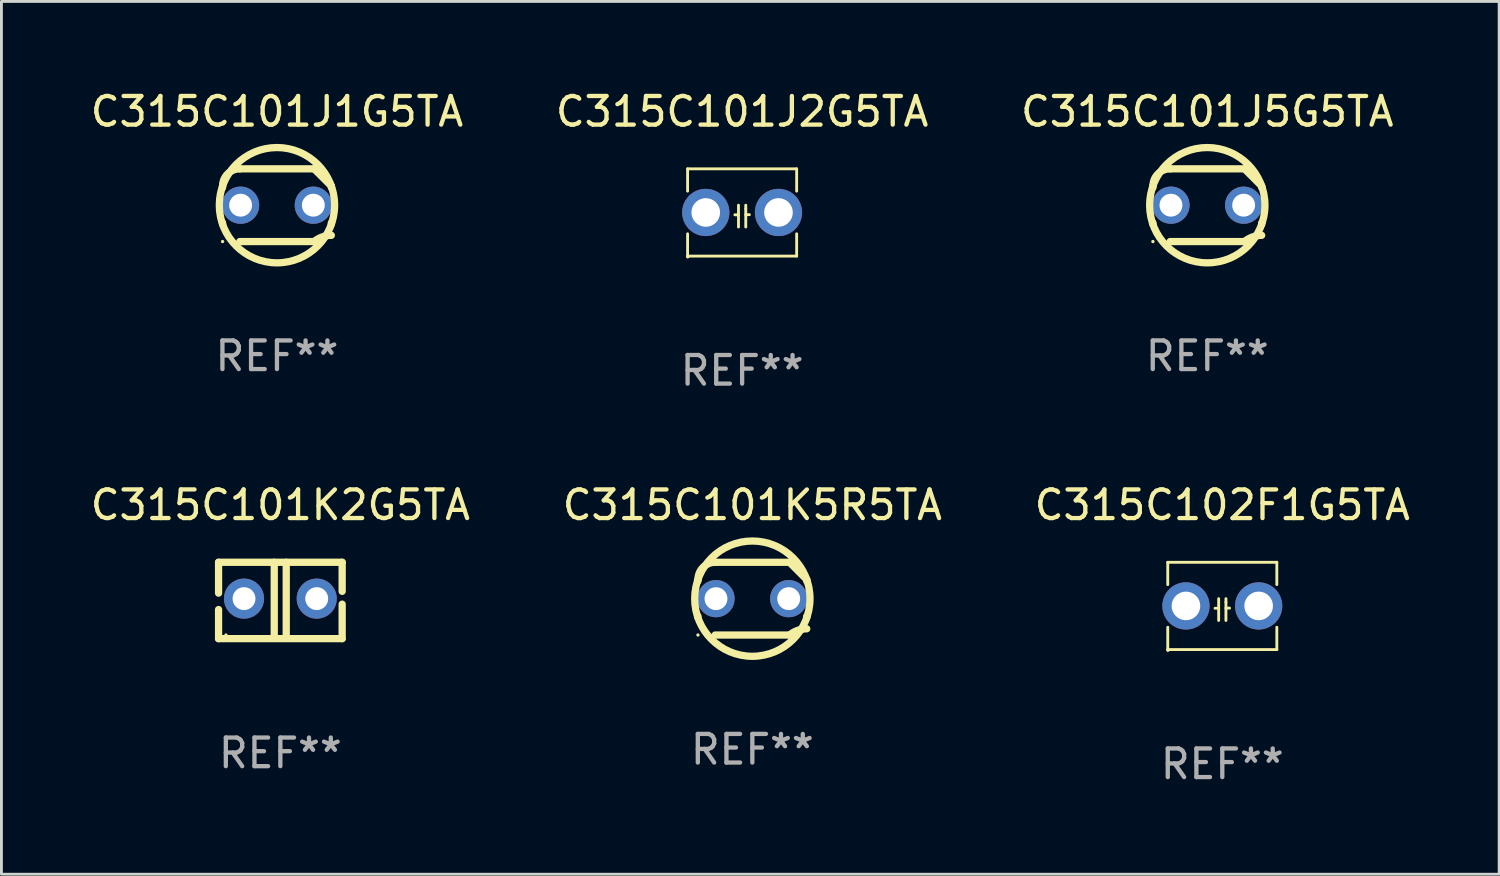
<source format=kicad_pcb>
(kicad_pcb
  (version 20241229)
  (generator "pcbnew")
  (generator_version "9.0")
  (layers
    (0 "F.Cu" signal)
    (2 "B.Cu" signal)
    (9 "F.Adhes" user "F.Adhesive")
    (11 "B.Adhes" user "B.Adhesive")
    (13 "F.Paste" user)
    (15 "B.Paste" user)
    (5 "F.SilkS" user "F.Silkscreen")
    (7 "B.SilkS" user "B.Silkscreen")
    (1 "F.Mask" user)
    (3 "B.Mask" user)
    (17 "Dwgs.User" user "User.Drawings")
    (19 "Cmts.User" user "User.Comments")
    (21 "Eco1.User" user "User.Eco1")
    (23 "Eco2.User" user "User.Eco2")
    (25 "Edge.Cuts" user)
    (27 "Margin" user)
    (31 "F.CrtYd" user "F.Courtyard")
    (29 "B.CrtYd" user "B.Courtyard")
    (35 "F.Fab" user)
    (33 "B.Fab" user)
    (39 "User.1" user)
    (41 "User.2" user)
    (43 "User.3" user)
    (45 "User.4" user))
  (footprint "C315C101J5G5TA"
    (layer "F.Cu")
    (at 39.125 4.118)
    (property "Reference" "C315C101J5G5TA" (at 0 -3.27 0) (layer "F.SilkS") (effects (font (size 1 1) (thickness 0.15))))
    (attr through_hole)
    (fp_line (start -1.9 -0.615) (end -1.9 -0.668) (stroke (width 0.254) (type solid)) (layer "F.SilkS"))
    (fp_line (start -1.9 0.668) (end -1.9 0.615) (stroke (width 0.254) (type solid)) (layer "F.SilkS"))
    (fp_line (start -1.298 1.27) (end 1.298 1.27) (stroke (width 0.254) (type solid)) (layer "F.SilkS"))
    (fp_line (start -1.298 -1.27) (end 1.298 -1.27) (stroke (width 0.254) (type solid)) (layer "F.SilkS"))
    (fp_line (start 1.9 -0.668) (end 1.9 -0.615) (stroke (width 0.254) (type solid)) (layer "F.SilkS"))
    (fp_line (start 1.9 0.615) (end 1.9 0.668) (stroke (width 0.254) (type solid)) (layer "F.SilkS"))
    (fp_arc (start -1.900025 0.667602) (mid 1.900003 -0.66758) (end -1.900025 0.667602) (stroke (width 0.254001) (type solid)) (layer "F.SilkS"))
    (fp_arc (start -1.9 -0.667602) (mid -1.723557 -1.093572) (end -1.297587 -1.270015) (stroke (width 0.254001) (type solid)) (layer "F.SilkS"))
    (fp_arc (start 1.297587 1.26999) (mid 1.579878 1.109027) (end 1.9 1.053172) (stroke (width 0.254001) (type solid)) (layer "F.SilkS"))
    (fp_arc (start 1.297611 -1.270042) (mid 1.598991 -0.969008) (end 1.900025 -0.667628) (stroke (width 0.254001) (type solid)) (layer "F.SilkS"))
    (fp_circle (center -1.9 1.27) (end -1.87 1.27) (stroke (width 0.06) (type solid)) (fill no) (layer "F.SilkS"))
    (fp_text user "REF**" (at 0 5.27 0) (layer "F.Fab") (effects (font (size 1 1) (thickness 0.15))))
    (pad "1" thru_hole circle (at -1.27 -0.000013) (size 1.3 1.3) (drill 0.8) (layers "*.Cu" "*.Mask"))
    (pad "2" thru_hole circle (at 1.27 -0.000013) (size 1.3 1.3) (drill 0.8) (layers "*.Cu" "*.Mask")))
  (footprint "C315C102F1G5TA"
    (layer "F.Cu")
    (at 39.649 18.117)
    (property "Reference" "C315C102F1G5TA" (at 0 -3.524 0) (layer "F.SilkS") (effects (font (size 1 1) (thickness 0.15))))
    (attr through_hole)
    (fp_line (start -1.905 -1.524) (end -1.905 -0.745) (stroke (width 0.1) (type solid)) (layer "F.SilkS"))
    (fp_line (start -1.905 0.745) (end -1.905 1.524) (stroke (width 0.1) (type solid)) (layer "F.SilkS"))
    (fp_line (start -1.905 1.524) (end 1.905 1.524) (stroke (width 0.1) (type solid)) (layer "F.SilkS"))
    (fp_line (start -0.127 -0.254) (end -0.127 0.508) (stroke (width 0.1) (type solid)) (layer "F.SilkS"))
    (fp_line (start -0.127 0.082) (end -0.254 0.082) (stroke (width 0.1) (type solid)) (layer "F.SilkS"))
    (fp_line (start 0.127 -0.127) (end 0.127 -0.254) (stroke (width 0.1) (type solid)) (layer "F.SilkS"))
    (fp_line (start 0.127 -0.127) (end 0.127 0.508) (stroke (width 0.1) (type solid)) (layer "F.SilkS"))
    (fp_line (start 0.127 0.077) (end 0.254 0.077) (stroke (width 0.1) (type solid)) (layer "F.SilkS"))
    (fp_line (start 1.905 -1.524) (end -1.905 -1.524) (stroke (width 0.1) (type solid)) (layer "F.SilkS"))
    (fp_line (start 1.905 -0.745) (end 1.905 -1.524) (stroke (width 0.1) (type solid)) (layer "F.SilkS"))
    (fp_line (start 1.905 1.524) (end 1.905 0.745) (stroke (width 0.1) (type solid)) (layer "F.SilkS"))
    (fp_circle (center -1.9 1.55) (end -1.87 1.55) (stroke (width 0.06) (type solid)) (fill no) (layer "F.SilkS"))
    (fp_text user "REF**" (at 0 5.524 0) (layer "F.Fab") (effects (font (size 1 1) (thickness 0.15))))
    (pad "1" thru_hole circle (at -1.27 0) (size 1.65 1.65) (drill 1) (layers "*.Cu" "*.Mask"))
    (pad "2" thru_hole circle (at 1.27 0) (size 1.65 1.65) (drill 1) (layers "*.Cu" "*.Mask")))
  (footprint "C315C101J2G5TA"
    (layer "F.Cu")
    (at 22.875 4.372)
    (property "Reference" "C315C101J2G5TA" (at 0 -3.524 0) (layer "F.SilkS") (effects (font (size 1 1) (thickness 0.15))))
    (attr through_hole)
    (fp_line (start -1.905 -1.524) (end -1.905 -0.745) (stroke (width 0.1) (type solid)) (layer "F.SilkS"))
    (fp_line (start -1.905 0.745) (end -1.905 1.524) (stroke (width 0.1) (type solid)) (layer "F.SilkS"))
    (fp_line (start -1.905 1.524) (end 1.905 1.524) (stroke (width 0.1) (type solid)) (layer "F.SilkS"))
    (fp_line (start -0.127 -0.254) (end -0.127 0.508) (stroke (width 0.1) (type solid)) (layer "F.SilkS"))
    (fp_line (start -0.127 0.082) (end -0.254 0.082) (stroke (width 0.1) (type solid)) (layer "F.SilkS"))
    (fp_line (start 0.127 -0.127) (end 0.127 -0.254) (stroke (width 0.1) (type solid)) (layer "F.SilkS"))
    (fp_line (start 0.127 -0.127) (end 0.127 0.508) (stroke (width 0.1) (type solid)) (layer "F.SilkS"))
    (fp_line (start 0.127 0.077) (end 0.254 0.077) (stroke (width 0.1) (type solid)) (layer "F.SilkS"))
    (fp_line (start 1.905 -1.524) (end -1.905 -1.524) (stroke (width 0.1) (type solid)) (layer "F.SilkS"))
    (fp_line (start 1.905 -0.745) (end 1.905 -1.524) (stroke (width 0.1) (type solid)) (layer "F.SilkS"))
    (fp_line (start 1.905 1.524) (end 1.905 0.745) (stroke (width 0.1) (type solid)) (layer "F.SilkS"))
    (fp_circle (center -1.9 1.55) (end -1.87 1.55) (stroke (width 0.06) (type solid)) (fill no) (layer "F.SilkS"))
    (fp_text user "REF**" (at 0 5.524 0) (layer "F.Fab") (effects (font (size 1 1) (thickness 0.15))))
    (pad "1" thru_hole circle (at -1.27 0) (size 1.65 1.65) (drill 1) (layers "*.Cu" "*.Mask"))
    (pad "2" thru_hole circle (at 1.27 0) (size 1.65 1.65) (drill 1) (layers "*.Cu" "*.Mask")))
  (footprint "C315C101K5R5TA"
    (layer "F.Cu")
    (at 23.232 17.863)
    (property "Reference" "C315C101K5R5TA" (at 0 -3.27 0) (layer "F.SilkS") (effects (font (size 1 1) (thickness 0.15))))
    (attr through_hole)
    (fp_line (start -1.9 -0.615) (end -1.9 -0.668) (stroke (width 0.254) (type solid)) (layer "F.SilkS"))
    (fp_line (start -1.9 0.668) (end -1.9 0.615) (stroke (width 0.254) (type solid)) (layer "F.SilkS"))
    (fp_line (start -1.298 1.27) (end 1.298 1.27) (stroke (width 0.254) (type solid)) (layer "F.SilkS"))
    (fp_line (start -1.298 -1.27) (end 1.298 -1.27) (stroke (width 0.254) (type solid)) (layer "F.SilkS"))
    (fp_line (start 1.9 -0.668) (end 1.9 -0.615) (stroke (width 0.254) (type solid)) (layer "F.SilkS"))
    (fp_line (start 1.9 0.615) (end 1.9 0.668) (stroke (width 0.254) (type solid)) (layer "F.SilkS"))
    (fp_arc (start -1.900025 0.667602) (mid 1.900003 -0.66758) (end -1.900025 0.667602) (stroke (width 0.254001) (type solid)) (layer "F.SilkS"))
    (fp_arc (start -1.9 -0.667602) (mid -1.723557 -1.093572) (end -1.297587 -1.270015) (stroke (width 0.254001) (type solid)) (layer "F.SilkS"))
    (fp_arc (start 1.297587 1.26999) (mid 1.579878 1.109027) (end 1.9 1.053172) (stroke (width 0.254001) (type solid)) (layer "F.SilkS"))
    (fp_arc (start 1.297611 -1.270042) (mid 1.598991 -0.969008) (end 1.900025 -0.667628) (stroke (width 0.254001) (type solid)) (layer "F.SilkS"))
    (fp_circle (center -1.9 1.27) (end -1.87 1.27) (stroke (width 0.06) (type solid)) (fill no) (layer "F.SilkS"))
    (fp_text user "REF**" (at 0 5.27 0) (layer "F.Fab") (effects (font (size 1 1) (thickness 0.15))))
    (pad "1" thru_hole circle (at -1.27 -0.000013) (size 1.3 1.3) (drill 0.8) (layers "*.Cu" "*.Mask"))
    (pad "2" thru_hole circle (at 1.27 -0.000013) (size 1.3 1.3) (drill 0.8) (layers "*.Cu" "*.Mask")))
  (footprint "C315C101J1G5TA"
    (layer "F.Cu")
    (at 6.625 4.118)
    (property "Reference" "C315C101J1G5TA" (at 0 -3.27 0) (layer "F.SilkS") (effects (font (size 1 1) (thickness 0.15))))
    (attr through_hole)
    (fp_line (start -1.9 -0.615) (end -1.9 -0.668) (stroke (width 0.254) (type solid)) (layer "F.SilkS"))
    (fp_line (start -1.9 0.668) (end -1.9 0.615) (stroke (width 0.254) (type solid)) (layer "F.SilkS"))
    (fp_line (start -1.298 1.27) (end 1.298 1.27) (stroke (width 0.254) (type solid)) (layer "F.SilkS"))
    (fp_line (start -1.298 -1.27) (end 1.298 -1.27) (stroke (width 0.254) (type solid)) (layer "F.SilkS"))
    (fp_line (start 1.9 -0.668) (end 1.9 -0.615) (stroke (width 0.254) (type solid)) (layer "F.SilkS"))
    (fp_line (start 1.9 0.615) (end 1.9 0.668) (stroke (width 0.254) (type solid)) (layer "F.SilkS"))
    (fp_arc (start -1.900025 0.667602) (mid 1.900003 -0.66758) (end -1.900025 0.667602) (stroke (width 0.254001) (type solid)) (layer "F.SilkS"))
    (fp_arc (start -1.9 -0.667602) (mid -1.723557 -1.093572) (end -1.297587 -1.270015) (stroke (width 0.254001) (type solid)) (layer "F.SilkS"))
    (fp_arc (start 1.297587 1.26999) (mid 1.579878 1.109027) (end 1.9 1.053172) (stroke (width 0.254001) (type solid)) (layer "F.SilkS"))
    (fp_arc (start 1.297611 -1.270042) (mid 1.598991 -0.969008) (end 1.900025 -0.667628) (stroke (width 0.254001) (type solid)) (layer "F.SilkS"))
    (fp_circle (center -1.9 1.27) (end -1.87 1.27) (stroke (width 0.06) (type solid)) (fill no) (layer "F.SilkS"))
    (fp_text user "REF**" (at 0 5.27 0) (layer "F.Fab") (effects (font (size 1 1) (thickness 0.15))))
    (pad "1" thru_hole circle (at -1.27 -0.000013) (size 1.3 1.3) (drill 0.8) (layers "*.Cu" "*.Mask"))
    (pad "2" thru_hole circle (at 1.27 -0.000013) (size 1.3 1.3) (drill 0.8) (layers "*.Cu" "*.Mask")))
  (footprint "C315C101K2G5TA"
    (layer "F.Cu")
    (at 6.744 17.926)
    (property "Reference" "C315C101K2G5TA" (at 0 -3.334 0) (layer "F.SilkS") (effects (font (size 1 1) (thickness 0.15))))
    (attr through_hole)
    (fp_line (start -2.159 -1.334) (end 2.159 -1.334) (stroke (width 0.254) (type solid)) (layer "F.SilkS"))
    (fp_line (start -2.159 -0.256) (end -2.159 -1.334) (stroke (width 0.254) (type solid)) (layer "F.SilkS"))
    (fp_line (start -2.159 1.334) (end -2.159 0.318) (stroke (width 0.254) (type solid)) (layer "F.SilkS"))
    (fp_line (start -0.214 -1.334) (end -0.214 1.207) (stroke (width 0.254) (type solid)) (layer "F.SilkS"))
    (fp_line (start 0.205 -1.334) (end 0.205 1.207) (stroke (width 0.254) (type solid)) (layer "F.SilkS"))
    (fp_line (start 2.159 -1.334) (end 2.159 -0.318) (stroke (width 0.254) (type solid)) (layer "F.SilkS"))
    (fp_line (start 2.159 0.129) (end 2.159 1.334) (stroke (width 0.254) (type solid)) (layer "F.SilkS"))
    (fp_line (start 2.159 1.334) (end -2.159 1.334) (stroke (width 0.254) (type solid)) (layer "F.SilkS"))
    (fp_circle (center -1.9 1.207) (end -1.87 1.207) (stroke (width 0.06) (type solid)) (fill no) (layer "F.SilkS"))
    (fp_text user "REF**" (at 0 5.334 0) (layer "F.Fab") (effects (font (size 1 1) (thickness 0.15))))
    (pad "1" thru_hole circle (at -1.27 -0.064) (size 1.4 1.4) (drill 0.8) (layers "*.Cu" "*.Mask"))
    (pad "2" thru_hole circle (at 1.27 -0.064) (size 1.4 1.4) (drill 0.8) (layers "*.Cu" "*.Mask")))
  (gr_rect
    (start -3 -3)
    (end 49.321 27.489)
    (stroke (width 0.1) (type default))
    (fill no)
    (layer "Edge.Cuts")))
</source>
